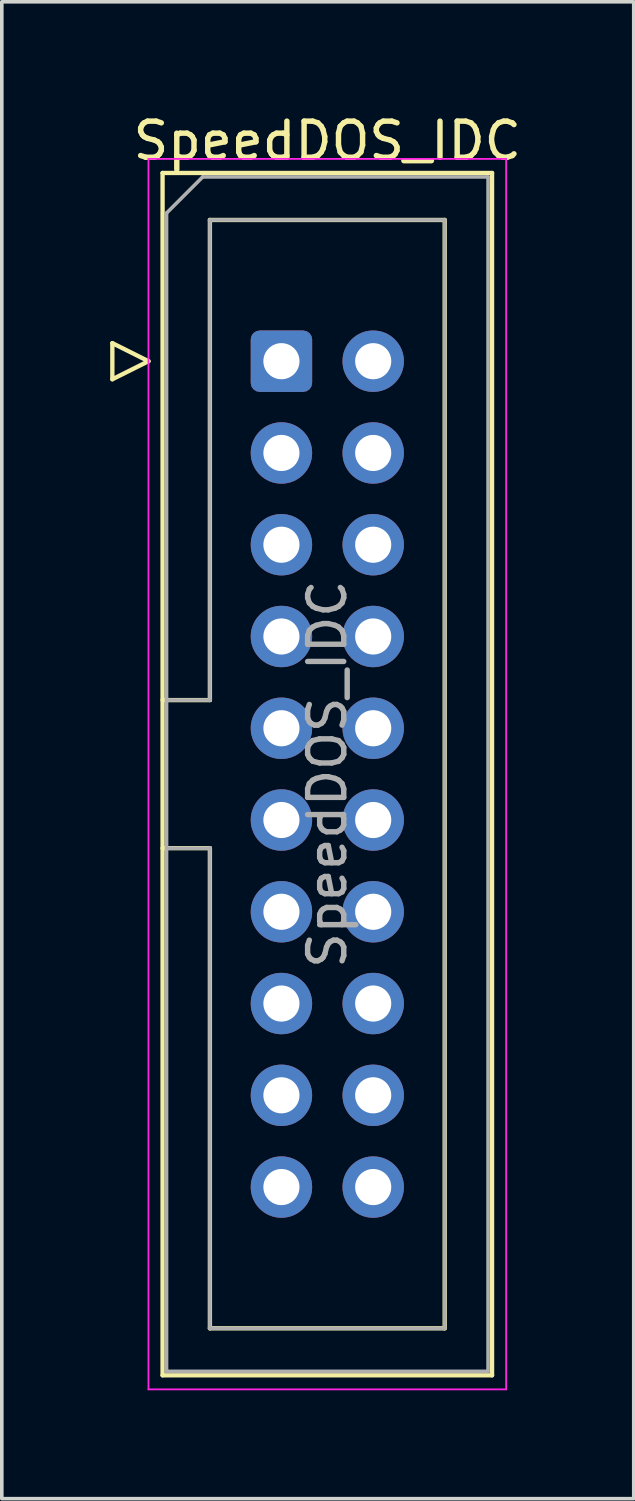
<source format=kicad_pcb>
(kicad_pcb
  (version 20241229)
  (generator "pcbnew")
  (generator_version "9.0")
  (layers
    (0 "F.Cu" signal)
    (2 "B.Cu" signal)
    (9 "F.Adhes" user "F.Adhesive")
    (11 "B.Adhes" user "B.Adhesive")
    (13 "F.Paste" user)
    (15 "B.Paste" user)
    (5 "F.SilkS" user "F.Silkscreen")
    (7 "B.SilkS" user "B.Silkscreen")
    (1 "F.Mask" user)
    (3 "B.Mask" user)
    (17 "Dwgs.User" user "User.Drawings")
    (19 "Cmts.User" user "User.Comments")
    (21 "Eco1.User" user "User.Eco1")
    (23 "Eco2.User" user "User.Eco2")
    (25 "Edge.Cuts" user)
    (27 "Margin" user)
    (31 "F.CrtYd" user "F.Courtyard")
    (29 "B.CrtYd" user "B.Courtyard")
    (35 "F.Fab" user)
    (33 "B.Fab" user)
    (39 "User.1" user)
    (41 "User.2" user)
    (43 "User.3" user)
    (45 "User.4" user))
  (footprint "SpeedDOS_IDC"
    (layer "F.Cu")
    (at 4.74 6.948)
    (property "Reference" "SpeedDOS_IDC" (at 1.27 -6.1 0) (layer "F.SilkS") (effects (font (size 1 1) (thickness 0.15))))
    (attr through_hole)
    (fp_line (start -4.68 -0.5) (end -4.68 0.5) (stroke (width 0.12) (type solid)) (layer "F.SilkS"))
    (fp_line (start -4.68 0.5) (end -3.68 0) (stroke (width 0.12) (type solid)) (layer "F.SilkS"))
    (fp_line (start -3.68 0) (end -4.68 -0.5) (stroke (width 0.12) (type solid)) (layer "F.SilkS"))
    (fp_line (start -3.29 -5.21) (end 5.83 -5.21) (stroke (width 0.12) (type solid)) (layer "F.SilkS"))
    (fp_line (start -3.29 9.38) (end -1.98 9.38) (stroke (width 0.12) (type solid)) (layer "F.SilkS"))
    (fp_line (start -3.29 28.07) (end -3.29 -5.21) (stroke (width 0.12) (type solid)) (layer "F.SilkS"))
    (fp_line (start -1.98 -3.91) (end 4.52 -3.91) (stroke (width 0.12) (type solid)) (layer "F.SilkS"))
    (fp_line (start -1.98 9.38) (end -1.98 -3.91) (stroke (width 0.12) (type solid)) (layer "F.SilkS"))
    (fp_line (start -1.98 13.48) (end -3.29 13.48) (stroke (width 0.12) (type solid)) (layer "F.SilkS"))
    (fp_line (start -1.98 13.48) (end -1.98 13.48) (stroke (width 0.12) (type solid)) (layer "F.SilkS"))
    (fp_line (start -1.98 26.77) (end -1.98 13.48) (stroke (width 0.12) (type solid)) (layer "F.SilkS"))
    (fp_line (start 4.52 -3.91) (end 4.52 26.77) (stroke (width 0.12) (type solid)) (layer "F.SilkS"))
    (fp_line (start 4.52 26.77) (end -1.98 26.77) (stroke (width 0.12) (type solid)) (layer "F.SilkS"))
    (fp_line (start 5.83 -5.21) (end 5.83 28.07) (stroke (width 0.12) (type solid)) (layer "F.SilkS"))
    (fp_line (start 5.83 28.07) (end -3.29 28.07) (stroke (width 0.12) (type solid)) (layer "F.SilkS"))
    (fp_line (start -3.68 -5.6) (end -3.68 28.46) (stroke (width 0.05) (type solid)) (layer "F.CrtYd"))
    (fp_line (start -3.68 28.46) (end 6.22 28.46) (stroke (width 0.05) (type solid)) (layer "F.CrtYd"))
    (fp_line (start 6.22 -5.6) (end -3.68 -5.6) (stroke (width 0.05) (type solid)) (layer "F.CrtYd"))
    (fp_line (start 6.22 28.46) (end 6.22 -5.6) (stroke (width 0.05) (type solid)) (layer "F.CrtYd"))
    (fp_line (start -3.18 -4.1) (end -2.18 -5.1) (stroke (width 0.1) (type solid)) (layer "F.Fab"))
    (fp_line (start -3.18 9.38) (end -1.98 9.38) (stroke (width 0.1) (type solid)) (layer "F.Fab"))
    (fp_line (start -3.18 27.96) (end -3.18 -4.1) (stroke (width 0.1) (type solid)) (layer "F.Fab"))
    (fp_line (start -2.18 -5.1) (end 5.72 -5.1) (stroke (width 0.1) (type solid)) (layer "F.Fab"))
    (fp_line (start -1.98 -3.91) (end 4.52 -3.91) (stroke (width 0.1) (type solid)) (layer "F.Fab"))
    (fp_line (start -1.98 9.38) (end -1.98 -3.91) (stroke (width 0.1) (type solid)) (layer "F.Fab"))
    (fp_line (start -1.98 13.48) (end -3.18 13.48) (stroke (width 0.1) (type solid)) (layer "F.Fab"))
    (fp_line (start -1.98 13.48) (end -1.98 13.48) (stroke (width 0.1) (type solid)) (layer "F.Fab"))
    (fp_line (start -1.98 26.77) (end -1.98 13.48) (stroke (width 0.1) (type solid)) (layer "F.Fab"))
    (fp_line (start 4.52 -3.91) (end 4.52 26.77) (stroke (width 0.1) (type solid)) (layer "F.Fab"))
    (fp_line (start 4.52 26.77) (end -1.98 26.77) (stroke (width 0.1) (type solid)) (layer "F.Fab"))
    (fp_line (start 5.72 -5.1) (end 5.72 27.96) (stroke (width 0.1) (type solid)) (layer "F.Fab"))
    (fp_line (start 5.72 27.96) (end -3.18 27.96) (stroke (width 0.1) (type solid)) (layer "F.Fab"))
    (fp_text user "${REFERENCE}" (at 1.27 11.43 90) (layer "F.Fab") (effects (font (size 1 1) (thickness 0.15))))
    (pad "1" thru_hole roundrect (at 0 0) (size 1.7 1.7) (drill 1) (layers "*.Cu" "*.Mask") (roundrect_rratio 0.147))
    (pad "2" thru_hole circle (at 0 2.54) (size 1.7 1.7) (drill 1) (layers "*.Cu" "*.Mask"))
    (pad "3" thru_hole circle (at 0 5.08) (size 1.7 1.7) (drill 1) (layers "*.Cu" "*.Mask"))
    (pad "4" thru_hole circle (at 0 7.62) (size 1.7 1.7) (drill 1) (layers "*.Cu" "*.Mask"))
    (pad "5" thru_hole circle (at 0 10.16) (size 1.7 1.7) (drill 1) (layers "*.Cu" "*.Mask"))
    (pad "6" thru_hole circle (at 0 12.7) (size 1.7 1.7) (drill 1) (layers "*.Cu" "*.Mask"))
    (pad "7" thru_hole circle (at 0 15.24) (size 1.7 1.7) (drill 1) (layers "*.Cu" "*.Mask"))
    (pad "8" thru_hole circle (at 0 17.78) (size 1.7 1.7) (drill 1) (layers "*.Cu" "*.Mask"))
    (pad "9" thru_hole circle (at 0 20.32) (size 1.7 1.7) (drill 1) (layers "*.Cu" "*.Mask"))
    (pad "10" thru_hole circle (at 0 22.86) (size 1.7 1.7) (drill 1) (layers "*.Cu" "*.Mask"))
    (pad "11" thru_hole circle (at 2.54 0) (size 1.7 1.7) (drill 1) (layers "*.Cu" "*.Mask"))
    (pad "11" thru_hole circle (at 2.54 2.54) (size 1.7 1.7) (drill 1) (layers "*.Cu" "*.Mask"))
    (pad "11" thru_hole circle (at 2.54 5.08) (size 1.7 1.7) (drill 1) (layers "*.Cu" "*.Mask"))
    (pad "11" thru_hole circle (at 2.54 7.62) (size 1.7 1.7) (drill 1) (layers "*.Cu" "*.Mask"))
    (pad "11" thru_hole circle (at 2.54 10.16) (size 1.7 1.7) (drill 1) (layers "*.Cu" "*.Mask"))
    (pad "11" thru_hole circle (at 2.54 12.7) (size 1.7 1.7) (drill 1) (layers "*.Cu" "*.Mask"))
    (pad "11" thru_hole circle (at 2.54 15.24) (size 1.7 1.7) (drill 1) (layers "*.Cu" "*.Mask"))
    (pad "11" thru_hole circle (at 2.54 17.78) (size 1.7 1.7) (drill 1) (layers "*.Cu" "*.Mask"))
    (pad "11" thru_hole circle (at 2.54 20.32) (size 1.7 1.7) (drill 1) (layers "*.Cu" "*.Mask"))
    (pad "11" thru_hole circle (at 2.54 22.86) (size 1.7 1.7) (drill 1) (layers "*.Cu" "*.Mask")))
  (gr_rect
    (start -3 -3)
    (end 14.492 38.433)
    (stroke (width 0.1) (type default))
    (fill no)
    (layer "Edge.Cuts")))
</source>
